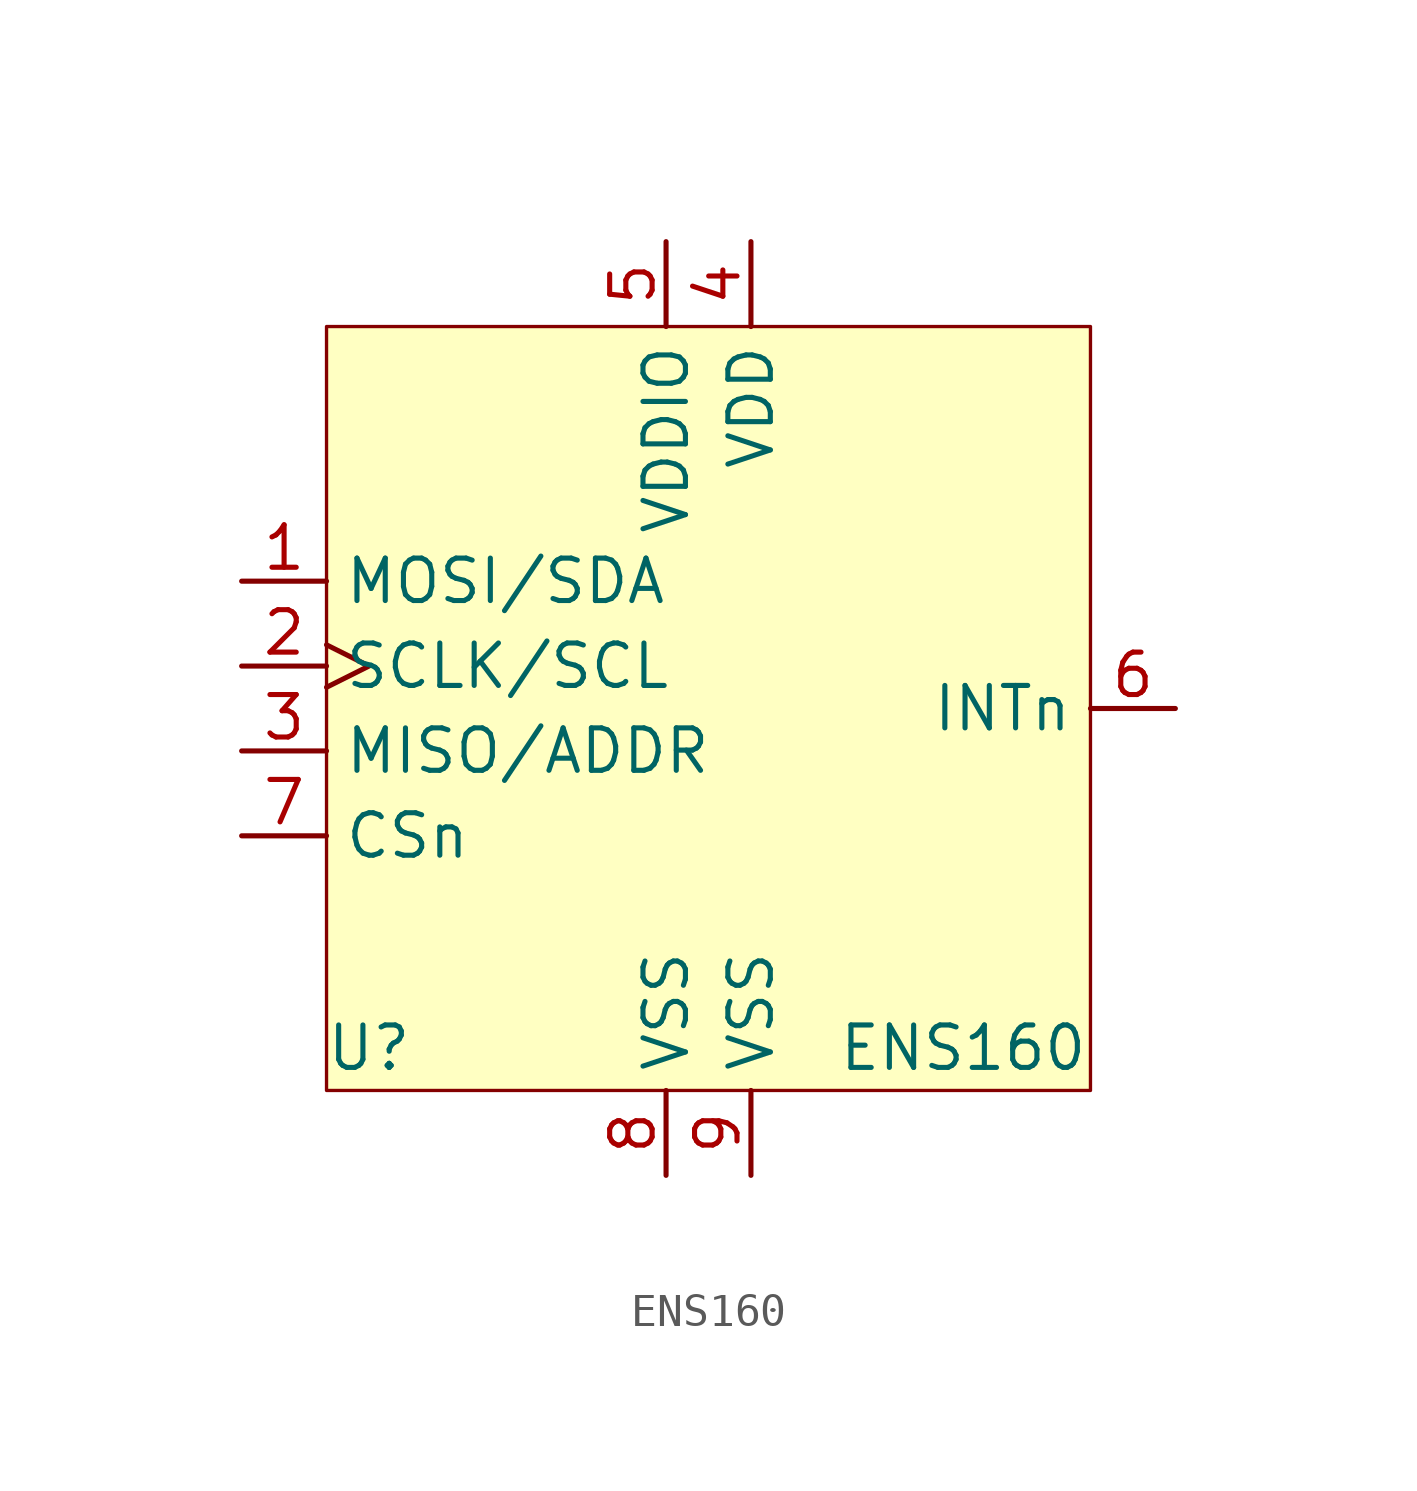
<source format=kicad_sym>
(kicad_symbol_lib
  (version 20211014)
  (generator kicad_symbol_editor)
  (symbol "ENS160"
    (property "Reference" "U"
      (at -10.16 -10.16 0)
      (effects (font (size 1.27 1.27))))
    (property "Value" "ENS160"
      (at 7.62 -10.16 0)
      (effects (font (size 1.27 1.27))))
    (symbol "ENS160_0_0"
      (pin bidirectional line (at -13.97 3.81 0) (length 2.54) (name "MOSI/SDA" (effects (font (size 1.27 1.27)))) (number "1" (effects (font (size 1.27 1.27)))))
      (pin input clock (at -13.97 1.27 0) (length 2.54) (name "SCLK/SCL" (effects (font (size 1.27 1.27)))) (number "2" (effects (font (size 1.27 1.27)))))
      (pin bidirectional line (at -13.97 -1.27 0) (length 2.54) (name "MISO/ADDR" (effects (font (size 1.27 1.27)))) (number "3" (effects (font (size 1.27 1.27)))))
      (pin power_in line (at 1.27 13.97 270) (length 2.54) (name "VDD" (effects (font (size 1.27 1.27)))) (number "4" (effects (font (size 1.27 1.27)))))
      (pin power_in line (at -1.27 13.97 270) (length 2.54) (name "VDDIO" (effects (font (size 1.27 1.27)))) (number "5" (effects (font (size 1.27 1.27)))))
      (pin output line (at 13.97 0 180) (length 2.54) (name "INTn" (effects (font (size 1.27 1.27)))) (number "6" (effects (font (size 1.27 1.27)))))
      (pin input line (at -13.97 -3.81 0) (length 2.54) (name "CSn" (effects (font (size 1.27 1.27)))) (number "7" (effects (font (size 1.27 1.27)))))
      (pin power_in line (at -1.27 -13.97 90) (length 2.54) (name "VSS" (effects (font (size 1.27 1.27)))) (number "8" (effects (font (size 1.27 1.27)))))
      (pin power_in line (at 1.27 -13.97 90) (length 2.54) (name "VSS" (effects (font (size 1.27 1.27)))) (number "9" (effects (font (size 1.27 1.27))))))
    (symbol "ENS160_0_1"
      (rectangle (start -11.43 11.43) (end 11.43 -11.43) (stroke (width 0.1) (type default) (color 0 0 0 0)) (fill (type background))))))
</source>
